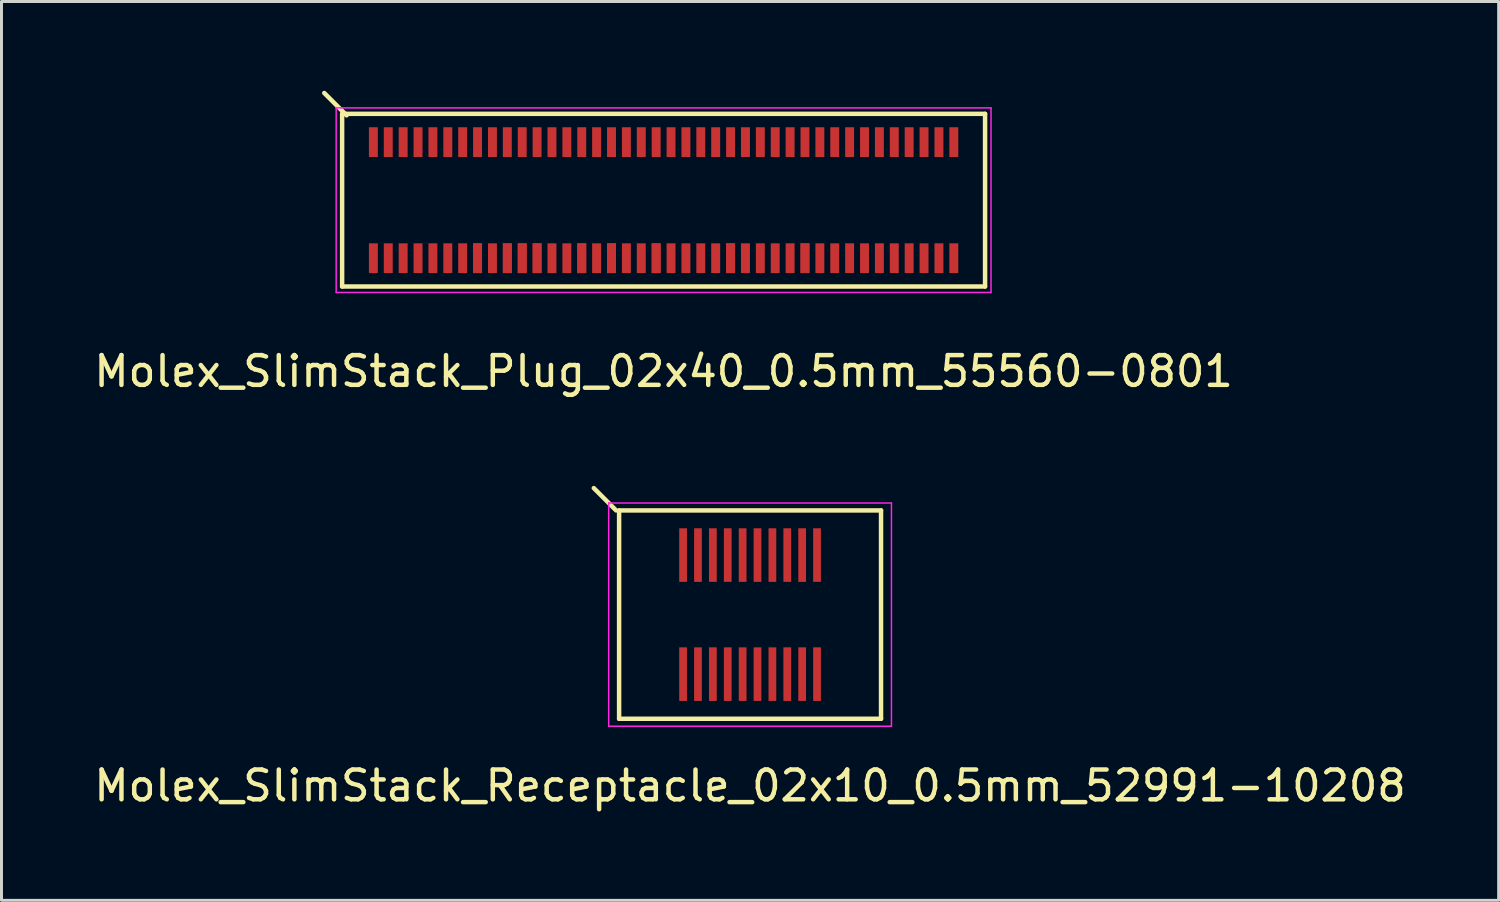
<source format=kicad_pcb>
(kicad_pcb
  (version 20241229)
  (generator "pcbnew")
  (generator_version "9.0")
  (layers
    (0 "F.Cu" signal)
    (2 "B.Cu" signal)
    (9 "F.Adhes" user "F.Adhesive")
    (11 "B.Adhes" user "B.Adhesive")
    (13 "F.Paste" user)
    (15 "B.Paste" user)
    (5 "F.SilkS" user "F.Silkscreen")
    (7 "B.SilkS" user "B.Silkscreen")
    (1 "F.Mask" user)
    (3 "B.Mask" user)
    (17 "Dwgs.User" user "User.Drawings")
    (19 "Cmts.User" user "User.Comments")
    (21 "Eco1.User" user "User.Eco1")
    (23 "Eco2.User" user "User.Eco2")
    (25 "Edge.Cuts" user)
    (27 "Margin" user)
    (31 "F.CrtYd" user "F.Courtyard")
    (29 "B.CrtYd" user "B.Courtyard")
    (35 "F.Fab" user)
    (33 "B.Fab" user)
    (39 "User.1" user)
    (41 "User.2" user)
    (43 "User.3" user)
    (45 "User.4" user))
  (footprint "Molex_SlimStack_Plug_02x40_0.5mm_55560-0801"
    (layer "F.Cu")
    (at 19.244 3.675)
    (property "Reference" "Molex_SlimStack_Plug_02x40_0.5mm_55560-0801" (at 0 5.75 0) (layer "F.SilkS") (effects (font (size 1 1) (thickness 0.15))))
    (attr smd)
    (fp_line (start -10.8 -2.9) (end -10.8 2.9) (stroke (width 0.15) (type solid)) (layer "F.SilkS"))
    (fp_line (start -10.8 2.9) (end 10.8 2.9) (stroke (width 0.15) (type solid)) (layer "F.SilkS"))
    (fp_line (start -10.65 -2.85) (end -11.4 -3.6) (stroke (width 0.15) (type solid)) (layer "F.SilkS"))
    (fp_line (start 10.8 -2.9) (end -10.8 -2.9) (stroke (width 0.15) (type solid)) (layer "F.SilkS"))
    (fp_line (start 10.8 2.9) (end 10.8 -2.9) (stroke (width 0.15) (type solid)) (layer "F.SilkS"))
    (fp_line (start -11 -3.1) (end -11 3.1) (stroke (width 0.05) (type solid)) (layer "F.CrtYd"))
    (fp_line (start -11 3.1) (end 11 3.1) (stroke (width 0.05) (type solid)) (layer "F.CrtYd"))
    (fp_line (start 11 -3.1) (end -11 -3.1) (stroke (width 0.05) (type solid)) (layer "F.CrtYd"))
    (fp_line (start 11 3.1) (end 11 -3.1) (stroke (width 0.05) (type solid)) (layer "F.CrtYd"))
    (pad "1" smd rect (at -9.75 -1.95) (size 0.3 1) (layers "F.Cu" "F.Mask" "F.Paste"))
    (pad "2" smd rect (at -9.75 1.95) (size 0.3 1) (layers "F.Cu" "F.Mask" "F.Paste"))
    (pad "3" smd rect (at -9.25 -1.95) (size 0.3 1) (layers "F.Cu" "F.Mask" "F.Paste"))
    (pad "4" smd rect (at -9.25 1.95) (size 0.3 1) (layers "F.Cu" "F.Mask" "F.Paste"))
    (pad "5" smd rect (at -8.75 -1.95) (size 0.3 1) (layers "F.Cu" "F.Mask" "F.Paste"))
    (pad "6" smd rect (at -8.75 1.95) (size 0.3 1) (layers "F.Cu" "F.Mask" "F.Paste"))
    (pad "7" smd rect (at -8.25 -1.95) (size 0.3 1) (layers "F.Cu" "F.Mask" "F.Paste"))
    (pad "8" smd rect (at -8.25 1.95) (size 0.3 1) (layers "F.Cu" "F.Mask" "F.Paste"))
    (pad "9" smd rect (at -7.75 -1.95) (size 0.3 1) (layers "F.Cu" "F.Mask" "F.Paste"))
    (pad "10" smd rect (at -7.75 1.95) (size 0.3 1) (layers "F.Cu" "F.Mask" "F.Paste"))
    (pad "11" smd rect (at -7.25 -1.95) (size 0.3 1) (layers "F.Cu" "F.Mask" "F.Paste"))
    (pad "12" smd rect (at -7.25 1.95) (size 0.3 1) (layers "F.Cu" "F.Mask" "F.Paste"))
    (pad "13" smd rect (at -6.75 -1.95) (size 0.3 1) (layers "F.Cu" "F.Mask" "F.Paste"))
    (pad "14" smd rect (at -6.75 1.95) (size 0.3 1) (layers "F.Cu" "F.Mask" "F.Paste"))
    (pad "15" smd rect (at -6.25 -1.95) (size 0.3 1) (layers "F.Cu" "F.Mask" "F.Paste"))
    (pad "16" smd rect (at -6.25 1.95) (size 0.3 1) (layers "F.Cu" "F.Mask" "F.Paste"))
    (pad "16" smd rect (at -6.25 1.95) (size 0.3 1) (layers "F.Cu" "F.Mask" "F.Paste"))
    (pad "17" smd rect (at -5.75 -1.95) (size 0.3 1) (layers "F.Cu" "F.Mask" "F.Paste"))
    (pad "18" smd rect (at -5.75 1.95) (size 0.3 1) (layers "F.Cu" "F.Mask" "F.Paste"))
    (pad "19" smd rect (at -5.25 -1.95) (size 0.3 1) (layers "F.Cu" "F.Mask" "F.Paste"))
    (pad "20" smd rect (at -5.25 1.95) (size 0.3 1) (layers "F.Cu" "F.Mask" "F.Paste"))
    (pad "20" smd rect (at -5.25 1.95) (size 0.3 1) (layers "F.Cu" "F.Mask" "F.Paste"))
    (pad "21" smd rect (at -4.75 -1.95) (size 0.3 1) (layers "F.Cu" "F.Mask" "F.Paste"))
    (pad "22" smd rect (at -4.75 1.95) (size 0.3 1) (layers "F.Cu" "F.Mask" "F.Paste"))
    (pad "22" smd rect (at -4.75 1.95) (size 0.3 1) (layers "F.Cu" "F.Mask" "F.Paste"))
    (pad "23" smd rect (at -4.25 -1.95) (size 0.3 1) (layers "F.Cu" "F.Mask" "F.Paste"))
    (pad "24" smd rect (at -4.25 1.95) (size 0.3 1) (layers "F.Cu" "F.Mask" "F.Paste"))
    (pad "24" smd rect (at -4.25 1.95) (size 0.3 1) (layers "F.Cu" "F.Mask" "F.Paste"))
    (pad "25" smd rect (at -3.75 -1.95) (size 0.3 1) (layers "F.Cu" "F.Mask" "F.Paste"))
    (pad "26" smd rect (at -3.75 1.95) (size 0.3 1) (layers "F.Cu" "F.Mask" "F.Paste"))
    (pad "27" smd rect (at -3.25 -1.95) (size 0.3 1) (layers "F.Cu" "F.Mask" "F.Paste"))
    (pad "28" smd rect (at -3.25 1.95) (size 0.3 1) (layers "F.Cu" "F.Mask" "F.Paste"))
    (pad "29" smd rect (at -2.75 -1.95) (size 0.3 1) (layers "F.Cu" "F.Mask" "F.Paste"))
    (pad "30" smd rect (at -2.75 1.95) (size 0.3 1) (layers "F.Cu" "F.Mask" "F.Paste"))
    (pad "30" smd rect (at -2.75 1.95) (size 0.3 1) (layers "F.Cu" "F.Mask" "F.Paste"))
    (pad "31" smd rect (at -2.25 -1.95) (size 0.3 1) (layers "F.Cu" "F.Mask" "F.Paste"))
    (pad "32" smd rect (at -2.25 1.95) (size 0.3 1) (layers "F.Cu" "F.Mask" "F.Paste"))
    (pad "33" smd rect (at -1.75 -1.95) (size 0.3 1) (layers "F.Cu" "F.Mask" "F.Paste"))
    (pad "34" smd rect (at -1.75 1.95) (size 0.3 1) (layers "F.Cu" "F.Mask" "F.Paste"))
    (pad "34" smd rect (at -1.75 1.95) (size 0.3 1) (layers "F.Cu" "F.Mask" "F.Paste"))
    (pad "35" smd rect (at -1.25 -1.95) (size 0.3 1) (layers "F.Cu" "F.Mask" "F.Paste"))
    (pad "36" smd rect (at -1.25 1.95) (size 0.3 1) (layers "F.Cu" "F.Mask" "F.Paste"))
    (pad "37" smd rect (at -0.75 -1.95) (size 0.3 1) (layers "F.Cu" "F.Mask" "F.Paste"))
    (pad "38" smd rect (at -0.75 1.95) (size 0.3 1) (layers "F.Cu" "F.Mask" "F.Paste"))
    (pad "39" smd rect (at -0.25 -1.95) (size 0.3 1) (layers "F.Cu" "F.Mask" "F.Paste"))
    (pad "40" smd rect (at -0.25 1.95) (size 0.3 1) (layers "F.Cu" "F.Mask" "F.Paste"))
    (pad "40" smd rect (at -0.25 1.95) (size 0.3 1) (layers "F.Cu" "F.Mask" "F.Paste"))
    (pad "41" smd rect (at 0.25 -1.95) (size 0.3 1) (layers "F.Cu" "F.Mask" "F.Paste"))
    (pad "42" smd rect (at 0.25 1.95) (size 0.3 1) (layers "F.Cu" "F.Mask" "F.Paste"))
    (pad "43" smd rect (at 0.75 -1.95) (size 0.3 1) (layers "F.Cu" "F.Mask" "F.Paste"))
    (pad "44" smd rect (at 0.75 1.95) (size 0.3 1) (layers "F.Cu" "F.Mask" "F.Paste"))
    (pad "45" smd rect (at 1.25 -1.95) (size 0.3 1) (layers "F.Cu" "F.Mask" "F.Paste"))
    (pad "46" smd rect (at 1.25 1.95) (size 0.3 1) (layers "F.Cu" "F.Mask" "F.Paste"))
    (pad "47" smd rect (at 1.75 -1.95) (size 0.3 1) (layers "F.Cu" "F.Mask" "F.Paste"))
    (pad "48" smd rect (at 1.75 1.95) (size 0.3 1) (layers "F.Cu" "F.Mask" "F.Paste"))
    (pad "49" smd rect (at 2.25 -1.95) (size 0.3 1) (layers "F.Cu" "F.Mask" "F.Paste"))
    (pad "50" smd rect (at 2.25 1.95) (size 0.3 1) (layers "F.Cu" "F.Mask" "F.Paste"))
    (pad "50" smd rect (at 2.25 1.95) (size 0.3 1) (layers "F.Cu" "F.Mask" "F.Paste"))
    (pad "51" smd rect (at 2.75 -1.95) (size 0.3 1) (layers "F.Cu" "F.Mask" "F.Paste"))
    (pad "52" smd rect (at 2.75 1.95) (size 0.3 1) (layers "F.Cu" "F.Mask" "F.Paste"))
    (pad "53" smd rect (at 3.25 -1.95) (size 0.3 1) (layers "F.Cu" "F.Mask" "F.Paste"))
    (pad "54" smd rect (at 3.25 1.95) (size 0.3 1) (layers "F.Cu" "F.Mask" "F.Paste"))
    (pad "55" smd rect (at 3.75 -1.95) (size 0.3 1) (layers "F.Cu" "F.Mask" "F.Paste"))
    (pad "56" smd rect (at 3.75 1.95) (size 0.3 1) (layers "F.Cu" "F.Mask" "F.Paste"))
    (pad "57" smd rect (at 4.25 -1.95) (size 0.3 1) (layers "F.Cu" "F.Mask" "F.Paste"))
    (pad "58" smd rect (at 4.25 1.95) (size 0.3 1) (layers "F.Cu" "F.Mask" "F.Paste"))
    (pad "59" smd rect (at 4.75 -1.95) (size 0.3 1) (layers "F.Cu" "F.Mask" "F.Paste"))
    (pad "60" smd rect (at 4.75 1.95) (size 0.3 1) (layers "F.Cu" "F.Mask" "F.Paste"))
    (pad "60" smd rect (at 4.75 1.95) (size 0.3 1) (layers "F.Cu" "F.Mask" "F.Paste"))
    (pad "61" smd rect (at 5.25 -1.95) (size 0.3 1) (layers "F.Cu" "F.Mask" "F.Paste"))
    (pad "62" smd rect (at 5.25 1.95) (size 0.3 1) (layers "F.Cu" "F.Mask" "F.Paste"))
    (pad "63" smd rect (at 5.75 -1.95) (size 0.3 1) (layers "F.Cu" "F.Mask" "F.Paste"))
    (pad "64" smd rect (at 5.75 1.95) (size 0.3 1) (layers "F.Cu" "F.Mask" "F.Paste"))
    (pad "65" smd rect (at 6.25 -1.95) (size 0.3 1) (layers "F.Cu" "F.Mask" "F.Paste"))
    (pad "66" smd rect (at 6.25 1.95) (size 0.3 1) (layers "F.Cu" "F.Mask" "F.Paste"))
    (pad "67" smd rect (at 6.75 -1.95) (size 0.3 1) (layers "F.Cu" "F.Mask" "F.Paste"))
    (pad "68" smd rect (at 6.75 1.95) (size 0.3 1) (layers "F.Cu" "F.Mask" "F.Paste"))
    (pad "69" smd rect (at 7.25 -1.95) (size 0.3 1) (layers "F.Cu" "F.Mask" "F.Paste"))
    (pad "70" smd rect (at 7.25 1.95) (size 0.3 1) (layers "F.Cu" "F.Mask" "F.Paste"))
    (pad "71" smd rect (at 7.75 -1.95) (size 0.3 1) (layers "F.Cu" "F.Mask" "F.Paste"))
    (pad "72" smd rect (at 7.75 1.95) (size 0.3 1) (layers "F.Cu" "F.Mask" "F.Paste"))
    (pad "73" smd rect (at 8.25 -1.95) (size 0.3 1) (layers "F.Cu" "F.Mask" "F.Paste"))
    (pad "74" smd rect (at 8.25 1.95) (size 0.3 1) (layers "F.Cu" "F.Mask" "F.Paste"))
    (pad "75" smd rect (at 8.75 -1.95) (size 0.3 1) (layers "F.Cu" "F.Mask" "F.Paste"))
    (pad "76" smd rect (at 8.75 1.95) (size 0.3 1) (layers "F.Cu" "F.Mask" "F.Paste"))
    (pad "77" smd rect (at 9.25 -1.95) (size 0.3 1) (layers "F.Cu" "F.Mask" "F.Paste"))
    (pad "78" smd rect (at 9.25 1.95) (size 0.3 1) (layers "F.Cu" "F.Mask" "F.Paste"))
    (pad "79" smd rect (at 9.75 -1.95) (size 0.3 1) (layers "F.Cu" "F.Mask" "F.Paste"))
    (pad "80" smd rect (at 9.75 1.95) (size 0.3 1) (layers "F.Cu" "F.Mask" "F.Paste")))
  (footprint "Molex_SlimStack_Receptacle_02x10_0.5mm_52991-10208"
    (layer "F.Cu")
    (at 22.149 17.598)
    (property "Reference" "Molex_SlimStack_Receptacle_02x10_0.5mm_52991-10208" (at 0 5.75 0) (layer "F.SilkS") (effects (font (size 1 1) (thickness 0.15))))
    (attr smd)
    (fp_line (start -4.5 -3.5) (end -5.25 -4.25) (stroke (width 0.15) (type solid)) (layer "F.SilkS"))
    (fp_line (start -4.4 -3.5) (end -4.4 3.5) (stroke (width 0.15) (type solid)) (layer "F.SilkS"))
    (fp_line (start -4.4 3.5) (end 4.4 3.5) (stroke (width 0.15) (type solid)) (layer "F.SilkS"))
    (fp_line (start 4.4 -3.5) (end -4.4 -3.5) (stroke (width 0.15) (type solid)) (layer "F.SilkS"))
    (fp_line (start 4.4 3.5) (end 4.4 -3.5) (stroke (width 0.15) (type solid)) (layer "F.SilkS"))
    (fp_line (start -4.75 -3.75) (end -4.75 3.75) (stroke (width 0.05) (type solid)) (layer "F.CrtYd"))
    (fp_line (start -4.75 3.75) (end 4.75 3.75) (stroke (width 0.05) (type solid)) (layer "F.CrtYd"))
    (fp_line (start 4.75 -3.75) (end -4.75 -3.75) (stroke (width 0.05) (type solid)) (layer "F.CrtYd"))
    (fp_line (start 4.75 3.75) (end 4.75 -3.75) (stroke (width 0.05) (type solid)) (layer "F.CrtYd"))
    (pad "1" smd rect (at -2.25 -2) (size 0.26 1.8) (layers "F.Cu" "F.Mask" "F.Paste"))
    (pad "2" smd rect (at -2.25 2) (size 0.26 1.8) (layers "F.Cu" "F.Mask" "F.Paste"))
    (pad "3" smd rect (at -1.75 -2) (size 0.26 1.8) (layers "F.Cu" "F.Mask" "F.Paste"))
    (pad "4" smd rect (at -1.75 2) (size 0.26 1.8) (layers "F.Cu" "F.Mask" "F.Paste"))
    (pad "5" smd rect (at -1.25 -2) (size 0.26 1.8) (layers "F.Cu" "F.Mask" "F.Paste"))
    (pad "6" smd rect (at -1.25 2) (size 0.26 1.8) (layers "F.Cu" "F.Mask" "F.Paste"))
    (pad "7" smd rect (at -0.75 -2) (size 0.26 1.8) (layers "F.Cu" "F.Mask" "F.Paste"))
    (pad "8" smd rect (at -0.75 2) (size 0.26 1.8) (layers "F.Cu" "F.Mask" "F.Paste"))
    (pad "9" smd rect (at -0.25 -2) (size 0.26 1.8) (layers "F.Cu" "F.Mask" "F.Paste"))
    (pad "10" smd rect (at -0.25 2) (size 0.26 1.8) (layers "F.Cu" "F.Mask" "F.Paste"))
    (pad "11" smd rect (at 0.25 -2) (size 0.26 1.8) (layers "F.Cu" "F.Mask" "F.Paste"))
    (pad "12" smd rect (at 0.25 2) (size 0.26 1.8) (layers "F.Cu" "F.Mask" "F.Paste"))
    (pad "13" smd rect (at 0.75 -2) (size 0.26 1.8) (layers "F.Cu" "F.Mask" "F.Paste"))
    (pad "14" smd rect (at 0.75 2) (size 0.26 1.8) (layers "F.Cu" "F.Mask" "F.Paste"))
    (pad "15" smd rect (at 1.25 -2) (size 0.26 1.8) (layers "F.Cu" "F.Mask" "F.Paste"))
    (pad "16" smd rect (at 1.25 2) (size 0.26 1.8) (layers "F.Cu" "F.Mask" "F.Paste"))
    (pad "17" smd rect (at 1.75 -2) (size 0.26 1.8) (layers "F.Cu" "F.Mask" "F.Paste"))
    (pad "18" smd rect (at 1.75 2) (size 0.26 1.8) (layers "F.Cu" "F.Mask" "F.Paste"))
    (pad "19" smd rect (at 2.25 -2) (size 0.26 1.8) (layers "F.Cu" "F.Mask" "F.Paste"))
    (pad "20" smd rect (at 2.25 2) (size 0.26 1.8) (layers "F.Cu" "F.Mask" "F.Paste")))
  (gr_rect
    (start -3 -3)
    (end 47.298 27.197)
    (stroke (width 0.1) (type default))
    (fill no)
    (layer "Edge.Cuts")))
</source>
